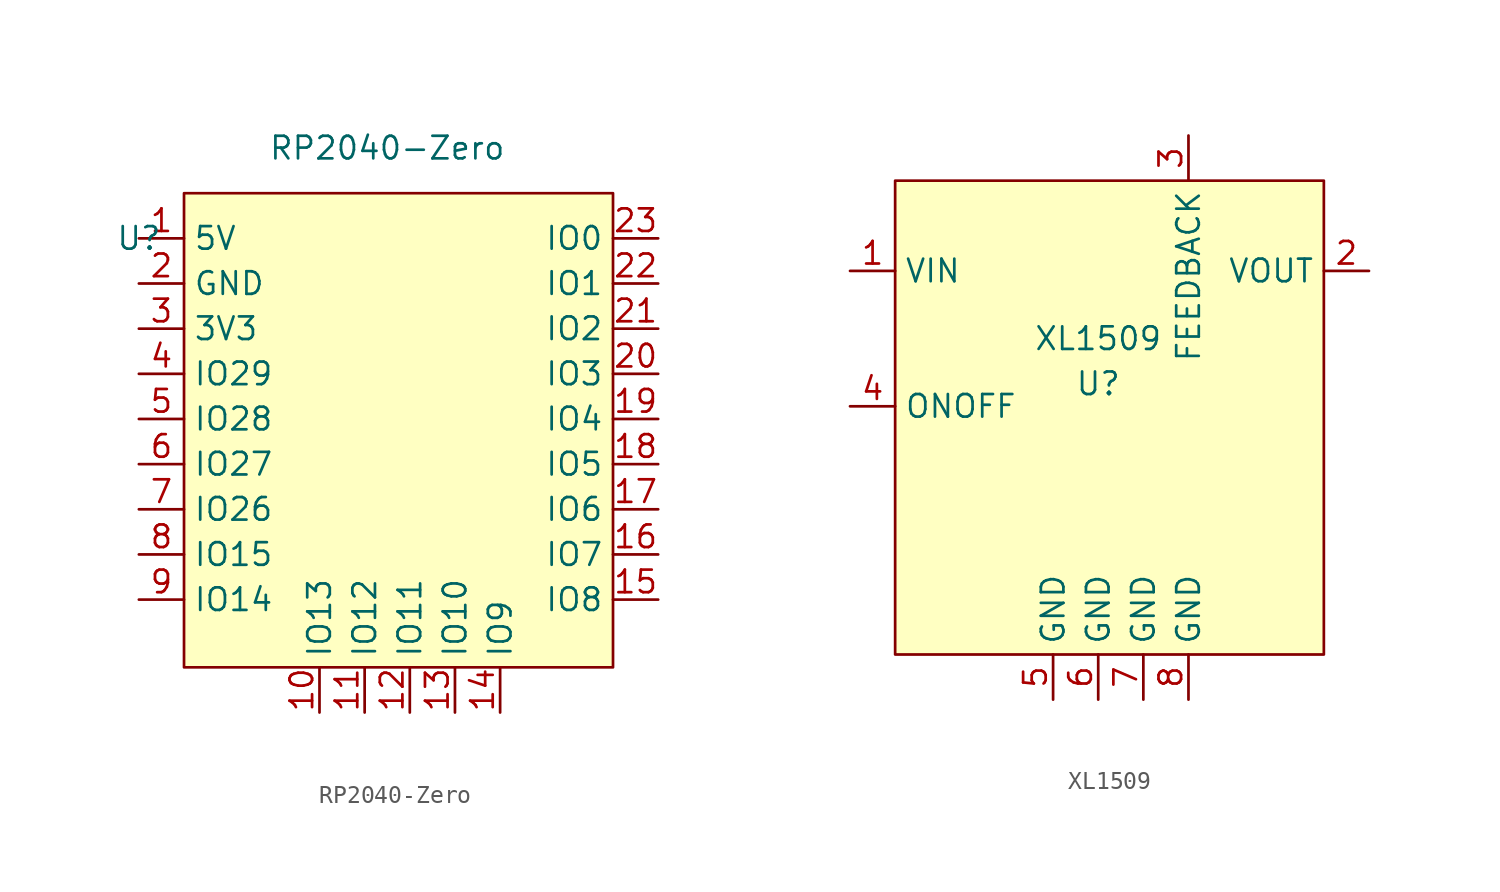
<source format=kicad_sym>
(kicad_symbol_lib
  (version 20211014)
  (generator kicad_symbol_editor)
  (symbol "RP2040-Zero"
    (property "Reference" "U"
      (at -15.24 3.81 0)
      (effects (font (size 1.27 1.27))))
    (property "Value" "RP2040-Zero"
      (at -1.27 8.89 0)
      (effects (font (size 1.27 1.27))))
    (symbol "RP2040-Zero_0_0"
      (pin power_in line (at -15.24 3.81 0) (length 2.54) (name "5V" (effects (font (size 1.27 1.27)))) (number "1" (effects (font (size 1.27 1.27)))))
      (pin bidirectional line (at -5.08 -22.86 90) (length 2.54) (name "IO13" (effects (font (size 1.27 1.27)))) (number "10" (effects (font (size 1.27 1.27)))))
      (pin bidirectional line (at -2.54 -22.86 90) (length 2.54) (name "IO12" (effects (font (size 1.27 1.27)))) (number "11" (effects (font (size 1.27 1.27)))))
      (pin bidirectional line (at 0 -22.86 90) (length 2.54) (name "IO11" (effects (font (size 1.27 1.27)))) (number "12" (effects (font (size 1.27 1.27)))))
      (pin bidirectional line (at 2.54 -22.86 90) (length 2.54) (name "IO10" (effects (font (size 1.27 1.27)))) (number "13" (effects (font (size 1.27 1.27)))))
      (pin bidirectional line (at 5.08 -22.86 90) (length 2.54) (name "IO9" (effects (font (size 1.27 1.27)))) (number "14" (effects (font (size 1.27 1.27)))))
      (pin bidirectional line (at 13.97 -16.51 180) (length 2.54) (name "IO8" (effects (font (size 1.27 1.27)))) (number "15" (effects (font (size 1.27 1.27)))))
      (pin bidirectional line (at 13.97 -13.97 180) (length 2.54) (name "IO7" (effects (font (size 1.27 1.27)))) (number "16" (effects (font (size 1.27 1.27)))))
      (pin bidirectional line (at 13.97 -11.43 180) (length 2.54) (name "IO6" (effects (font (size 1.27 1.27)))) (number "17" (effects (font (size 1.27 1.27)))))
      (pin bidirectional line (at 13.97 -8.89 180) (length 2.54) (name "IO5" (effects (font (size 1.27 1.27)))) (number "18" (effects (font (size 1.27 1.27)))))
      (pin bidirectional line (at 13.97 -6.35 180) (length 2.54) (name "IO4" (effects (font (size 1.27 1.27)))) (number "19" (effects (font (size 1.27 1.27)))))
      (pin power_in line (at -15.24 1.27 0) (length 2.54) (name "GND" (effects (font (size 1.27 1.27)))) (number "2" (effects (font (size 1.27 1.27)))))
      (pin bidirectional line (at 13.97 -3.81 180) (length 2.54) (name "IO3" (effects (font (size 1.27 1.27)))) (number "20" (effects (font (size 1.27 1.27)))))
      (pin bidirectional line (at 13.97 -1.27 180) (length 2.54) (name "IO2" (effects (font (size 1.27 1.27)))) (number "21" (effects (font (size 1.27 1.27)))))
      (pin bidirectional line (at 13.97 1.27 180) (length 2.54) (name "IO1" (effects (font (size 1.27 1.27)))) (number "22" (effects (font (size 1.27 1.27)))))
      (pin bidirectional line (at 13.97 3.81 180) (length 2.54) (name "IO0" (effects (font (size 1.27 1.27)))) (number "23" (effects (font (size 1.27 1.27)))))
      (pin power_out line (at -15.24 -1.27 0) (length 2.54) (name "3V3" (effects (font (size 1.27 1.27)))) (number "3" (effects (font (size 1.27 1.27)))))
      (pin bidirectional line (at -15.24 -3.81 0) (length 2.54) (name "IO29" (effects (font (size 1.27 1.27)))) (number "4" (effects (font (size 1.27 1.27)))))
      (pin bidirectional line (at -15.24 -6.35 0) (length 2.54) (name "IO28" (effects (font (size 1.27 1.27)))) (number "5" (effects (font (size 1.27 1.27)))))
      (pin bidirectional line (at -15.24 -8.89 0) (length 2.54) (name "IO27" (effects (font (size 1.27 1.27)))) (number "6" (effects (font (size 1.27 1.27)))))
      (pin bidirectional line (at -15.24 -11.43 0) (length 2.54) (name "IO26" (effects (font (size 1.27 1.27)))) (number "7" (effects (font (size 1.27 1.27)))))
      (pin bidirectional line (at -15.24 -13.97 0) (length 2.54) (name "IO15" (effects (font (size 1.27 1.27)))) (number "8" (effects (font (size 1.27 1.27)))))
      (pin bidirectional line (at -15.24 -16.51 0) (length 2.54) (name "IO14" (effects (font (size 1.27 1.27)))) (number "9" (effects (font (size 1.27 1.27))))))
    (symbol "RP2040-Zero_0_1"
      (rectangle (start -12.7 6.35) (end 11.43 -20.32) (stroke (width 0.152) (type default) (color 0 0 0 0)) (fill (type background)))))
  (symbol "XL1509"
    (property "Reference" "U"
      (at -1.27 0 0)
      (effects (font (size 1.27 1.27))))
    (property "Value" "XL1509"
      (at -1.27 2.54 0)
      (effects (font (size 1.27 1.27))))
    (symbol "XL1509_0_0"
      (pin power_out line (at 13.97 6.35 180) (length 2.54) (name "VOUT" (effects (font (size 1.27 1.27)))) (number "2" (effects (font (size 1.27 1.27)))))
      (pin input line (at 3.81 13.97 270) (length 2.54) (name "FEEDBACK" (effects (font (size 1.27 1.27)))) (number "3" (effects (font (size 1.27 1.27)))))
      (pin input line (at -15.24 -1.27 0) (length 2.54) (name "ONOFF" (effects (font (size 1.27 1.27)))) (number "4" (effects (font (size 1.27 1.27)))))
      (pin power_in line (at -3.81 -17.78 90) (length 2.54) (name "GND" (effects (font (size 1.27 1.27)))) (number "5" (effects (font (size 1.27 1.27)))))
      (pin power_in line (at -1.27 -17.78 90) (length 2.54) (name "GND" (effects (font (size 1.27 1.27)))) (number "6" (effects (font (size 1.27 1.27)))))
      (pin power_in line (at 1.27 -17.78 90) (length 2.54) (name "GND" (effects (font (size 1.27 1.27)))) (number "7" (effects (font (size 1.27 1.27)))))
      (pin power_in line (at 3.81 -17.78 90) (length 2.54) (name "GND" (effects (font (size 1.27 1.27)))) (number "8" (effects (font (size 1.27 1.27))))))
    (symbol "XL1509_0_1"
      (rectangle (start -12.7 11.43) (end 11.43 -15.24) (stroke (width 0.152) (type default) (color 0 0 0 0)) (fill (type background))))
    (symbol "XL1509_1_1"
      (pin power_in line (at -15.24 6.35 0) (length 2.54) (name "VIN" (effects (font (size 1.27 1.27)))) (number "1" (effects (font (size 1.27 1.27))))))))
</source>
